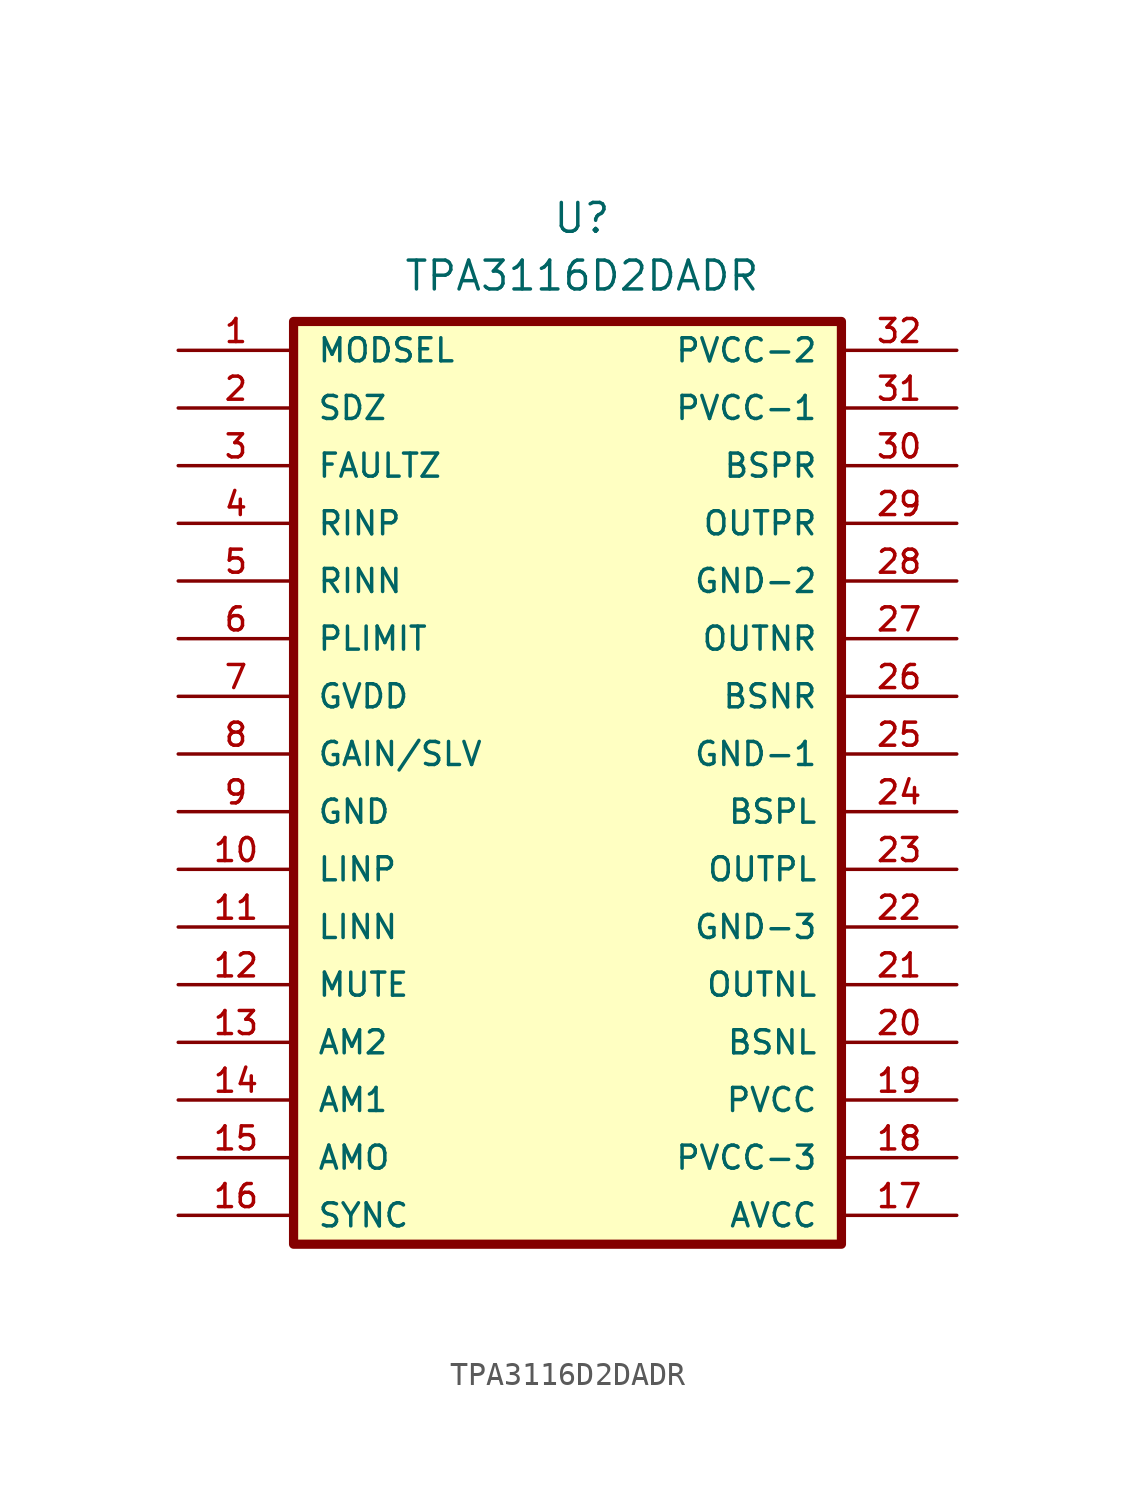
<source format=kicad_sym>
(kicad_symbol_lib
  (version 20211014)
  (generator kicad_symbol_editor)
  (symbol "TPA3116D2DADR"
    (pin_names
      (offset 1.016))
    (property "Reference" "U"
      (at 0 25.4 0)
      (effects (font (size 1.27 1.27)) (justify bottom)))
    (property "Value" "TPA3116D2DADR"
      (at 0 22.86 0)
      (effects (font (size 1.27 1.27)) (justify bottom)))
    (symbol "TPA3116D2DADR_0_0"
      (rectangle (start -12.7 21.59) (end 11.43 -19.05) (stroke (width 0.406) (type default) (color 0 0 0 0)) (fill (type background)))
      (pin input line (at -17.78 20.32 0) (length 5.08) (name "MODSEL" (effects (font (size 1.016 1.016)))) (number "1" (effects (font (size 1.016 1.016)))))
      (pin input line (at -17.78 -2.54 0) (length 5.08) (name "LINP" (effects (font (size 1.016 1.016)))) (number "10" (effects (font (size 1.016 1.016)))))
      (pin input line (at -17.78 -5.08 0) (length 5.08) (name "LINN" (effects (font (size 1.016 1.016)))) (number "11" (effects (font (size 1.016 1.016)))))
      (pin input line (at -17.78 -7.62 0) (length 5.08) (name "MUTE" (effects (font (size 1.016 1.016)))) (number "12" (effects (font (size 1.016 1.016)))))
      (pin input line (at -17.78 -10.16 0) (length 5.08) (name "AM2" (effects (font (size 1.016 1.016)))) (number "13" (effects (font (size 1.016 1.016)))))
      (pin input line (at -17.78 -12.7 0) (length 5.08) (name "AM1" (effects (font (size 1.016 1.016)))) (number "14" (effects (font (size 1.016 1.016)))))
      (pin input line (at -17.78 -15.24 0) (length 5.08) (name "AMO" (effects (font (size 1.016 1.016)))) (number "15" (effects (font (size 1.016 1.016)))))
      (pin bidirectional line (at -17.78 -17.78 0) (length 5.08) (name "SYNC" (effects (font (size 1.016 1.016)))) (number "16" (effects (font (size 1.016 1.016)))))
      (pin power_in line (at 16.51 -17.78 180) (length 5.08) (name "AVCC" (effects (font (size 1.016 1.016)))) (number "17" (effects (font (size 1.016 1.016)))))
      (pin power_in line (at 16.51 -15.24 180) (length 5.08) (name "PVCC-3" (effects (font (size 1.016 1.016)))) (number "18" (effects (font (size 1.016 1.016)))))
      (pin power_in line (at 16.51 -12.7 180) (length 5.08) (name "PVCC" (effects (font (size 1.016 1.016)))) (number "19" (effects (font (size 1.016 1.016)))))
      (pin input line (at -17.78 17.78 0) (length 5.08) (name "SDZ" (effects (font (size 1.016 1.016)))) (number "2" (effects (font (size 1.016 1.016)))))
      (pin input line (at 16.51 -10.16 180) (length 5.08) (name "BSNL" (effects (font (size 1.016 1.016)))) (number "20" (effects (font (size 1.016 1.016)))))
      (pin output line (at 16.51 -7.62 180) (length 5.08) (name "OUTNL" (effects (font (size 1.016 1.016)))) (number "21" (effects (font (size 1.016 1.016)))))
      (pin power_in line (at 16.51 -5.08 180) (length 5.08) (name "GND-3" (effects (font (size 1.016 1.016)))) (number "22" (effects (font (size 1.016 1.016)))))
      (pin output line (at 16.51 -2.54 180) (length 5.08) (name "OUTPL" (effects (font (size 1.016 1.016)))) (number "23" (effects (font (size 1.016 1.016)))))
      (pin input line (at 16.51 0 180) (length 5.08) (name "BSPL" (effects (font (size 1.016 1.016)))) (number "24" (effects (font (size 1.016 1.016)))))
      (pin power_in line (at 16.51 2.54 180) (length 5.08) (name "GND-1" (effects (font (size 1.016 1.016)))) (number "25" (effects (font (size 1.016 1.016)))))
      (pin input line (at 16.51 5.08 180) (length 5.08) (name "BSNR" (effects (font (size 1.016 1.016)))) (number "26" (effects (font (size 1.016 1.016)))))
      (pin output line (at 16.51 7.62 180) (length 5.08) (name "OUTNR" (effects (font (size 1.016 1.016)))) (number "27" (effects (font (size 1.016 1.016)))))
      (pin power_in line (at 16.51 10.16 180) (length 5.08) (name "GND-2" (effects (font (size 1.016 1.016)))) (number "28" (effects (font (size 1.016 1.016)))))
      (pin output line (at 16.51 12.7 180) (length 5.08) (name "OUTPR" (effects (font (size 1.016 1.016)))) (number "29" (effects (font (size 1.016 1.016)))))
      (pin output line (at -17.78 15.24 0) (length 5.08) (name "FAULTZ" (effects (font (size 1.016 1.016)))) (number "3" (effects (font (size 1.016 1.016)))))
      (pin input line (at 16.51 15.24 180) (length 5.08) (name "BSPR" (effects (font (size 1.016 1.016)))) (number "30" (effects (font (size 1.016 1.016)))))
      (pin power_in line (at 16.51 17.78 180) (length 5.08) (name "PVCC-1" (effects (font (size 1.016 1.016)))) (number "31" (effects (font (size 1.016 1.016)))))
      (pin power_in line (at 16.51 20.32 180) (length 5.08) (name "PVCC-2" (effects (font (size 1.016 1.016)))) (number "32" (effects (font (size 1.016 1.016)))))
      (pin input line (at -17.78 12.7 0) (length 5.08) (name "RINP" (effects (font (size 1.016 1.016)))) (number "4" (effects (font (size 1.016 1.016)))))
      (pin input line (at -17.78 10.16 0) (length 5.08) (name "RINN" (effects (font (size 1.016 1.016)))) (number "5" (effects (font (size 1.016 1.016)))))
      (pin input line (at -17.78 7.62 0) (length 5.08) (name "PLIMIT" (effects (font (size 1.016 1.016)))) (number "6" (effects (font (size 1.016 1.016)))))
      (pin output line (at -17.78 5.08 0) (length 5.08) (name "GVDD" (effects (font (size 1.016 1.016)))) (number "7" (effects (font (size 1.016 1.016)))))
      (pin input line (at -17.78 2.54 0) (length 5.08) (name "GAIN/SLV" (effects (font (size 1.016 1.016)))) (number "8" (effects (font (size 1.016 1.016)))))
      (pin power_in line (at -17.78 0 0) (length 5.08) (name "GND" (effects (font (size 1.016 1.016)))) (number "9" (effects (font (size 1.016 1.016))))))))
</source>
